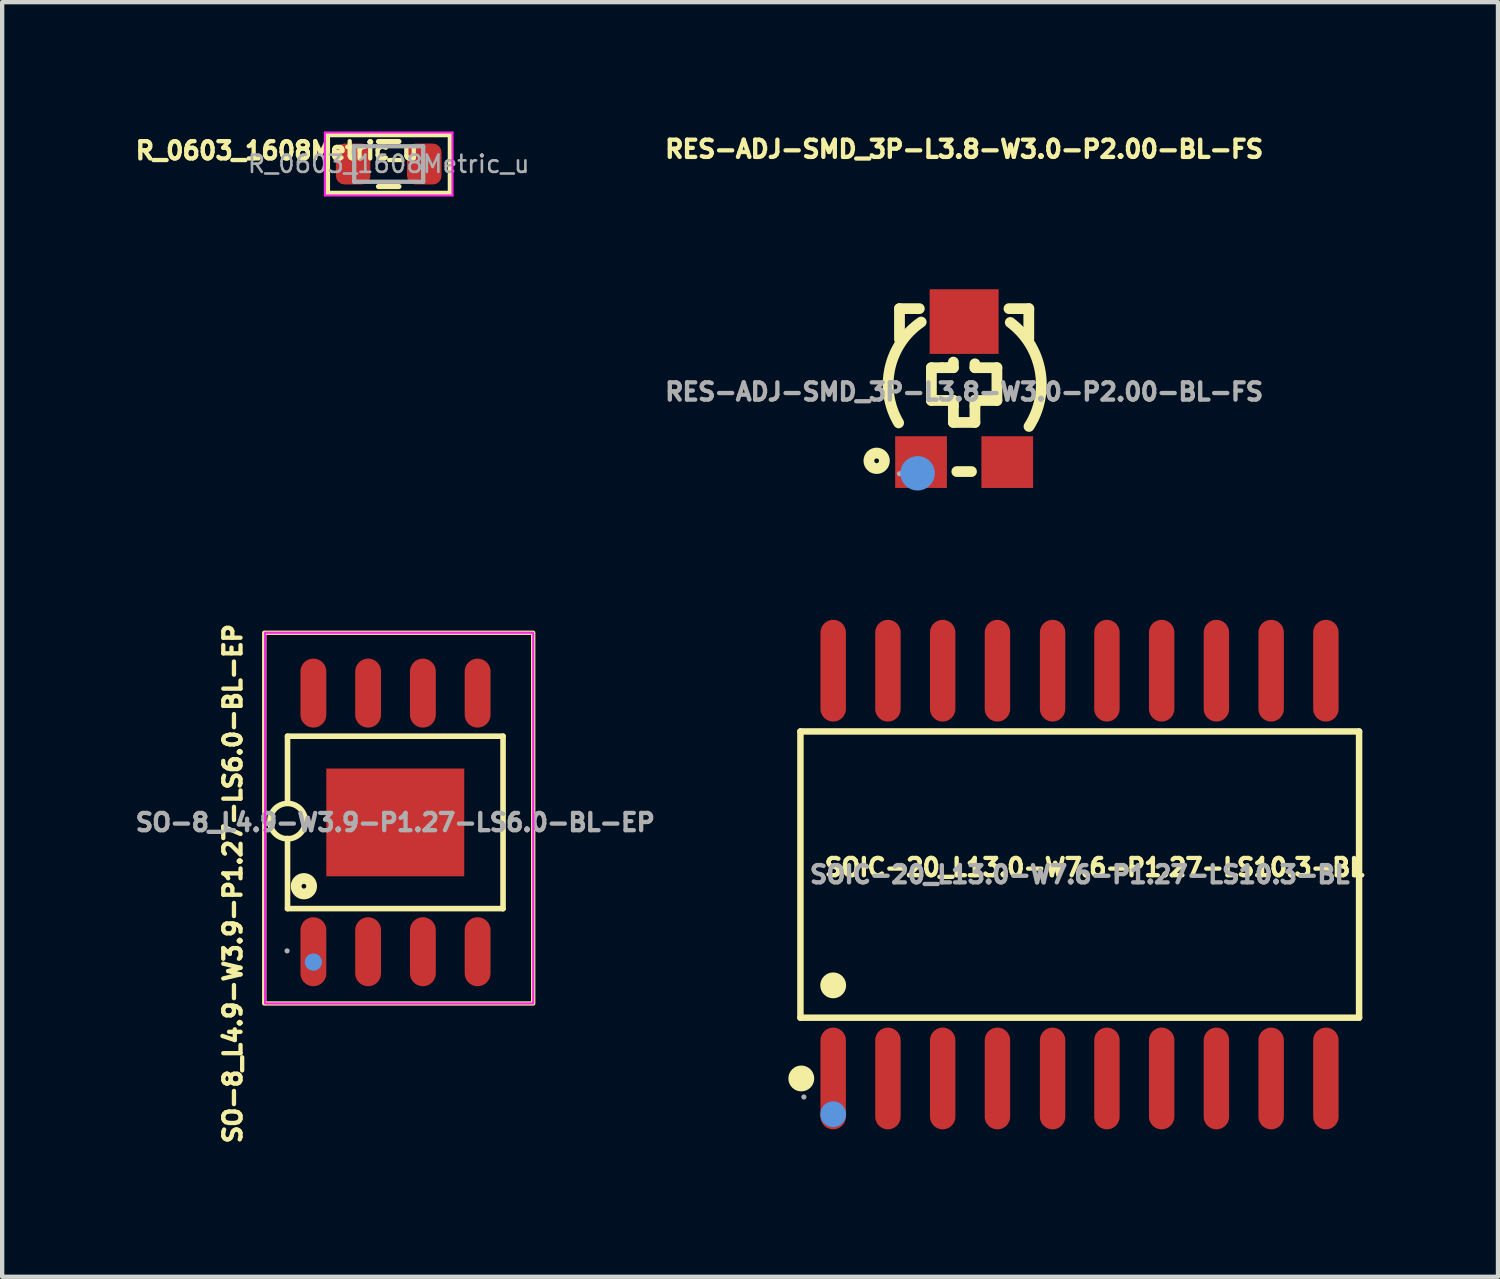
<source format=kicad_pcb>
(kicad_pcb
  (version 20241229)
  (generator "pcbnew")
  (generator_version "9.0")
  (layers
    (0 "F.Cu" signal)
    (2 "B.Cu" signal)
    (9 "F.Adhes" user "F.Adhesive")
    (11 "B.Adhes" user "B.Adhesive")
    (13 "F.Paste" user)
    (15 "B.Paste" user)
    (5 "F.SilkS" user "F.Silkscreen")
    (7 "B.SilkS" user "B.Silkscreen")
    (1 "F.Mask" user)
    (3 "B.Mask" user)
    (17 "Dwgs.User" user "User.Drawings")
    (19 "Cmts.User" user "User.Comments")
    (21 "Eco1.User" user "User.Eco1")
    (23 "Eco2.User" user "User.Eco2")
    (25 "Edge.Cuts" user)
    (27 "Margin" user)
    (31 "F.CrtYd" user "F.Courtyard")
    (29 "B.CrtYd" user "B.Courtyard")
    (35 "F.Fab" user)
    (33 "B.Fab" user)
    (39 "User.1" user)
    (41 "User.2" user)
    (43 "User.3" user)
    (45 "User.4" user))
  (footprint "SO-8_L4.9-W3.9-P1.27-LS6.0-BL-EP"
    (layer "F.Cu")
    (at 6.12 16.029)
    (property "Reference" "SO-8_L4.9-W3.9-P1.27-LS6.0-BL-EP" (at -3.77 1.42 270) (layer "F.SilkS") (effects (font (size 0.4 0.4) (thickness 0.15))))
    (attr smd)
    (fp_line (start -2.5 -2) (end -2.5 -0.45) (stroke (width 0.13) (type solid)) (layer "F.SilkS"))
    (fp_line (start -2.5 -2) (end 2.5 -2) (stroke (width 0.13) (type solid)) (layer "F.SilkS"))
    (fp_line (start -2.5 2) (end -2.5 0.37) (stroke (width 0.13) (type solid)) (layer "F.SilkS"))
    (fp_line (start -2.5 2) (end 2.5 2) (stroke (width 0.13) (type solid)) (layer "F.SilkS"))
    (fp_line (start 2.5 -2) (end 2.5 2) (stroke (width 0.13) (type solid)) (layer "F.SilkS"))
    (fp_rect (start -3.04 -4.4) (end 3.2 4.2) (stroke (width 0.1) (type default)) (fill no) (layer "F.SilkS"))
    (fp_arc (start -2.507155 0.379938) (mid -2.496472 -0.439985) (end -2.5 0.38) (stroke (width 0.13) (type solid)) (layer "F.SilkS"))
    (fp_circle (center -2.12 1.48) (end -1.94 1.48) (stroke (width 0.25) (type solid)) (fill no) (layer "F.SilkS"))
    (fp_circle (center -1.9 3.24) (end -1.8 3.24) (stroke (width 0.2) (type solid)) (fill no) (layer "Cmts.User"))
    (fp_rect (start -3.02 -4.4) (end 3.2 4.2) (stroke (width 0.05) (type default)) (fill no) (layer "F.CrtYd"))
    (fp_circle (center -2.51 2.98) (end -2.48 2.98) (stroke (width 0.06) (type solid)) (fill no) (layer "F.Fab"))
    (fp_text user "${REFERENCE}" (at 0 0 180) (layer "F.Fab") (effects (font (size 0.4 0.4) (thickness 0.15))))
    (pad "1" smd oval (at -1.9 3) (size 0.6 1.6) (layers "F.Cu" "F.Mask" "F.Paste"))
    (pad "2" smd oval (at -0.63 3) (size 0.6 1.6) (layers "F.Cu" "F.Mask" "F.Paste"))
    (pad "3" smd oval (at 0.64 3) (size 0.6 1.6) (layers "F.Cu" "F.Mask" "F.Paste"))
    (pad "4" smd oval (at 1.91 3) (size 0.6 1.6) (layers "F.Cu" "F.Mask" "F.Paste"))
    (pad "5" smd oval (at 1.91 -3) (size 0.6 1.6) (layers "F.Cu" "F.Mask" "F.Paste"))
    (pad "6" smd oval (at 0.64 -3) (size 0.6 1.6) (layers "F.Cu" "F.Mask" "F.Paste"))
    (pad "7" smd oval (at -0.63 -3) (size 0.6 1.6) (layers "F.Cu" "F.Mask" "F.Paste"))
    (pad "8" smd oval (at -1.9 -3) (size 0.6 1.6) (layers "F.Cu" "F.Mask" "F.Paste"))
    (pad "9" smd rect (at 0 0) (size 3.2 2.5) (layers "F.Cu" "F.Mask" "F.Paste")))
  (footprint "R_0603_1608Metric_u"
    (layer "F.Cu")
    (at 5.967 0.755)
    (property "Reference" "R_0603_1608Metric_u" (at -2.59 -0.31 180) (layer "F.SilkS") (effects (font (size 0.4 0.4) (thickness 0.15))))
    (attr smd)
    (fp_line (start -0.237 -0.522) (end 0.237 -0.522) (stroke (width 0.12) (type solid)) (layer "F.SilkS"))
    (fp_line (start -0.237 0.522) (end 0.237 0.522) (stroke (width 0.12) (type solid)) (layer "F.SilkS"))
    (fp_rect (start -1.42 -0.68) (end 1.43 0.68) (stroke (width 0.12) (type solid)) (fill no) (layer "F.SilkS"))
    (fp_line (start -1.48 -0.73) (end 1.48 -0.73) (stroke (width 0.05) (type solid)) (layer "F.CrtYd"))
    (fp_line (start -1.48 0.73) (end -1.48 -0.73) (stroke (width 0.05) (type solid)) (layer "F.CrtYd"))
    (fp_line (start 1.48 -0.73) (end 1.48 0.73) (stroke (width 0.05) (type solid)) (layer "F.CrtYd"))
    (fp_line (start 1.48 0.73) (end -1.48 0.73) (stroke (width 0.05) (type solid)) (layer "F.CrtYd"))
    (fp_line (start -0.8 -0.412) (end 0.8 -0.412) (stroke (width 0.1) (type solid)) (layer "F.Fab"))
    (fp_line (start -0.8 0.412) (end -0.8 -0.412) (stroke (width 0.1) (type solid)) (layer "F.Fab"))
    (fp_line (start 0.8 -0.412) (end 0.8 0.412) (stroke (width 0.1) (type solid)) (layer "F.Fab"))
    (fp_line (start 0.8 0.412) (end -0.8 0.412) (stroke (width 0.1) (type solid)) (layer "F.Fab"))
    (fp_text user "${REFERENCE}" (at 0 0 180) (layer "F.Fab") (effects (font (size 0.4 0.4) (thickness 0.06))))
    (pad "1" smd roundrect (at -0.825 0) (size 0.8 0.95) (layers "F.Cu" "F.Mask" "F.Paste") (roundrect_rratio 0.25))
    (pad "2" smd roundrect (at 0.825 0) (size 0.8 0.95) (layers "F.Cu" "F.Mask" "F.Paste") (roundrect_rratio 0.25)))
  (footprint "RES-ADJ-SMD_3P-L3.8-W3.0-P2.00-BL-FS"
    (layer "F.Cu")
    (at 19.317 6.04)
    (property "Reference" "RES-ADJ-SMD_3P-L3.8-W3.0-P2.00-BL-FS" (at 0 -5.63 180) (layer "F.SilkS") (effects (font (size 0.4 0.4) (thickness 0.15))))
    (attr smd)
    (fp_line (start -1.5 -1.93) (end -1.5 -1.22) (stroke (width 0.25) (type solid)) (layer "F.SilkS"))
    (fp_line (start -1.5 -1.93) (end -1.04 -1.93) (stroke (width 0.25) (type solid)) (layer "F.SilkS"))
    (fp_line (start -0.76 -0.56) (end -0.51 -0.56) (stroke (width 0.25) (type solid)) (layer "F.SilkS"))
    (fp_line (start -0.76 0.2) (end -0.76 -0.56) (stroke (width 0.25) (type solid)) (layer "F.SilkS"))
    (fp_line (start -0.51 -0.56) (end -0.38 -0.56) (stroke (width 0.25) (type solid)) (layer "F.SilkS"))
    (fp_line (start -0.38 -0.56) (end -0.25 -0.56) (stroke (width 0.25) (type solid)) (layer "F.SilkS"))
    (fp_line (start -0.25 -0.56) (end -0.25 -0.69) (stroke (width 0.25) (type solid)) (layer "F.SilkS"))
    (fp_line (start -0.25 0.2) (end -0.76 0.2) (stroke (width 0.25) (type solid)) (layer "F.SilkS"))
    (fp_line (start -0.25 0.33) (end -0.25 0.2) (stroke (width 0.25) (type solid)) (layer "F.SilkS"))
    (fp_line (start -0.25 0.33) (end -0.25 0.71) (stroke (width 0.25) (type solid)) (layer "F.SilkS"))
    (fp_line (start -0.25 0.71) (end 0.25 0.71) (stroke (width 0.25) (type solid)) (layer "F.SilkS"))
    (fp_line (start -0.17 1.85) (end 0.17 1.85) (stroke (width 0.25) (type solid)) (layer "F.SilkS"))
    (fp_line (start 0.25 -0.56) (end 0.25 -0.65) (stroke (width 0.25) (type solid)) (layer "F.SilkS"))
    (fp_line (start 0.25 0.2) (end 0.25 0.2) (stroke (width 0.25) (type solid)) (layer "F.SilkS"))
    (fp_line (start 0.25 0.2) (end 0.76 0.2) (stroke (width 0.25) (type solid)) (layer "F.SilkS"))
    (fp_line (start 0.25 0.33) (end 0.25 0.2) (stroke (width 0.25) (type solid)) (layer "F.SilkS"))
    (fp_line (start 0.25 0.71) (end 0.25 0.33) (stroke (width 0.25) (type solid)) (layer "F.SilkS"))
    (fp_line (start 0.76 -0.56) (end 0.25 -0.56) (stroke (width 0.25) (type solid)) (layer "F.SilkS"))
    (fp_line (start 0.76 0.2) (end 0.76 -0.56) (stroke (width 0.25) (type solid)) (layer "F.SilkS"))
    (fp_line (start 1.04 -1.93) (end 1.5 -1.93) (stroke (width 0.25) (type solid)) (layer "F.SilkS"))
    (fp_line (start 1.5 -1.93) (end 1.5 -1.24) (stroke (width 0.25) (type solid)) (layer "F.SilkS"))
    (fp_arc (start -1.52 0.72) (mid -1.720392 -0.553093) (end -0.996095 -1.619075) (stroke (width 0.25) (type solid)) (layer "F.SilkS"))
    (fp_arc (start 1.07 -1.61) (mid 1.761524 -0.48891) (end 1.504382 0.802959) (stroke (width 0.25) (type solid)) (layer "F.SilkS"))
    (fp_circle (center -2.03 1.6) (end -1.85 1.6) (stroke (width 0.25) (type solid)) (fill no) (layer "F.SilkS"))
    (fp_circle (center -1.08 1.89) (end -0.88 1.89) (stroke (width 0.4) (type solid)) (fill no) (layer "Cmts.User"))
    (fp_circle (center -1.5 1.9) (end -1.47 1.9) (stroke (width 0.06) (type solid)) (fill no) (layer "F.Fab"))
    (fp_text user "${REFERENCE}" (at 0 0 180) (layer "F.Fab") (effects (font (size 0.4 0.4) (thickness 0.15))))
    (pad "1" smd rect (at -1 1.63) (size 1.2 1.2) (layers "F.Cu" "F.Mask" "F.Paste"))
    (pad "2" smd rect (at 0 -1.63) (size 1.6 1.5) (layers "F.Cu" "F.Mask" "F.Paste"))
    (pad "3" smd rect (at 1 1.63) (size 1.2 1.2) (layers "F.Cu" "F.Mask" "F.Paste")))
  (footprint "SOIC-20_L13.0-W7.6-P1.27-LS10.3-BL"
    (layer "F.Cu")
    (at 21.999 17.239)
    (property "Reference" "SOIC-20_L13.0-W7.6-P1.27-LS10.3-BL" (at 0.344 -0.166 180) (layer "F.SilkS") (effects (font (size 0.4 0.4) (thickness 0.15))))
    (attr smd)
    (fp_line (start -6.48 -3.32) (end 6.48 -3.32) (stroke (width 0.15) (type solid)) (layer "F.SilkS"))
    (fp_line (start -6.48 3.32) (end -6.48 -3.32) (stroke (width 0.15) (type solid)) (layer "F.SilkS"))
    (fp_line (start 6.48 -3.32) (end 6.48 3.32) (stroke (width 0.15) (type solid)) (layer "F.SilkS"))
    (fp_line (start 6.48 3.32) (end -6.48 3.32) (stroke (width 0.15) (type solid)) (layer "F.SilkS"))
    (fp_circle (center -6.46 4.73) (end -6.31 4.73) (stroke (width 0.3) (type solid)) (fill no) (layer "F.SilkS"))
    (fp_circle (center -5.72 2.57) (end -5.57 2.57) (stroke (width 0.3) (type solid)) (fill no) (layer "F.SilkS"))
    (fp_circle (center -5.72 5.56) (end -5.57 5.56) (stroke (width 0.3) (type solid)) (fill no) (layer "Cmts.User"))
    (fp_circle (center -6.4 5.16) (end -6.37 5.16) (stroke (width 0.06) (type solid)) (fill no) (layer "F.Fab"))
    (fp_text user "${REFERENCE}" (at 0 0 180) (layer "F.Fab") (effects (font (size 0.4 0.4) (thickness 0.15))))
    (pad "1" smd oval (at -5.72 4.73) (size 0.59 2.36) (layers "F.Cu" "F.Mask" "F.Paste"))
    (pad "2" smd oval (at -4.45 4.73) (size 0.59 2.36) (layers "F.Cu" "F.Mask" "F.Paste"))
    (pad "3" smd oval (at -3.18 4.73) (size 0.59 2.36) (layers "F.Cu" "F.Mask" "F.Paste"))
    (pad "4" smd oval (at -1.91 4.73) (size 0.59 2.36) (layers "F.Cu" "F.Mask" "F.Paste"))
    (pad "5" smd oval (at -0.63 4.73) (size 0.59 2.36) (layers "F.Cu" "F.Mask" "F.Paste"))
    (pad "6" smd oval (at 0.63 4.73) (size 0.59 2.36) (layers "F.Cu" "F.Mask" "F.Paste"))
    (pad "7" smd oval (at 1.9 4.73) (size 0.59 2.36) (layers "F.Cu" "F.Mask" "F.Paste"))
    (pad "8" smd oval (at 3.17 4.73) (size 0.59 2.36) (layers "F.Cu" "F.Mask" "F.Paste"))
    (pad "9" smd oval (at 4.44 4.73) (size 0.59 2.36) (layers "F.Cu" "F.Mask" "F.Paste"))
    (pad "10" smd oval (at 5.71 4.73) (size 0.59 2.36) (layers "F.Cu" "F.Mask" "F.Paste"))
    (pad "11" smd oval (at 5.71 -4.73) (size 0.59 2.36) (layers "F.Cu" "F.Mask" "F.Paste"))
    (pad "12" smd oval (at 4.44 -4.73) (size 0.59 2.36) (layers "F.Cu" "F.Mask" "F.Paste"))
    (pad "13" smd oval (at 3.17 -4.73) (size 0.59 2.36) (layers "F.Cu" "F.Mask" "F.Paste"))
    (pad "14" smd oval (at 1.9 -4.73) (size 0.59 2.36) (layers "F.Cu" "F.Mask" "F.Paste"))
    (pad "15" smd oval (at 0.63 -4.73) (size 0.59 2.36) (layers "F.Cu" "F.Mask" "F.Paste"))
    (pad "16" smd oval (at -0.63 -4.73) (size 0.59 2.36) (layers "F.Cu" "F.Mask" "F.Paste"))
    (pad "17" smd oval (at -1.91 -4.73) (size 0.59 2.36) (layers "F.Cu" "F.Mask" "F.Paste"))
    (pad "18" smd oval (at -3.18 -4.73) (size 0.59 2.36) (layers "F.Cu" "F.Mask" "F.Paste"))
    (pad "19" smd oval (at -4.45 -4.73) (size 0.59 2.36) (layers "F.Cu" "F.Mask" "F.Paste"))
    (pad "20" smd oval (at -5.72 -4.73) (size 0.59 2.36) (layers "F.Cu" "F.Mask" "F.Paste")))
  (gr_rect
    (start -3 -3)
    (end 31.701 26.569)
    (stroke (width 0.1) (type default))
    (fill no)
    (layer "Edge.Cuts")))
</source>
